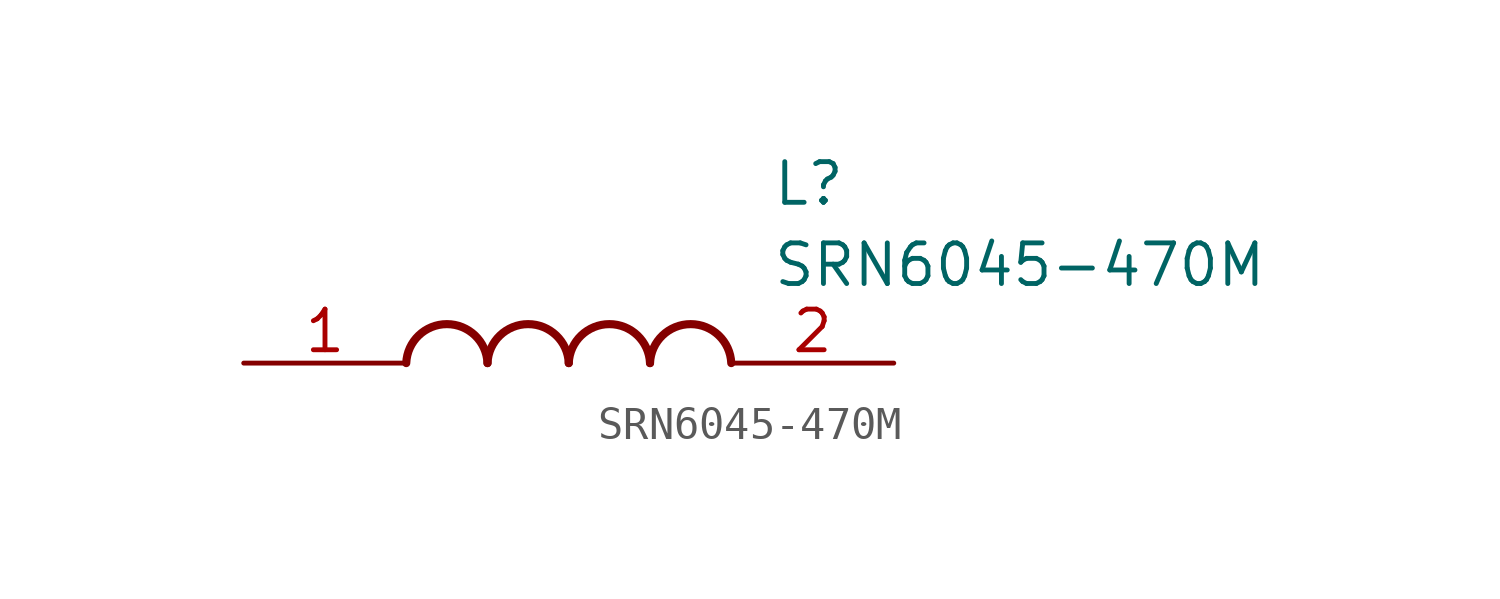
<source format=kicad_sym>
(kicad_symbol_lib
  (version 20211014)
  (generator kicad_symbol_editor)
  (symbol "SRN6045-470M"
    (pin_names hide)
    (property "Reference" "L"
      (at 16.51 6.35 0)
      (effects (font (size 1.27 1.27)) (justify left top)))
    (property "Value" "SRN6045-470M"
      (at 16.51 3.81 0)
      (effects (font (size 1.27 1.27)) (justify left top)))
    (arc
      (start 7.62 0)
      (mid 6.35 1.219)
      (end 5.08 0)
      (stroke (width 0.254) (type default))
      (fill (type none)))
    (arc
      (start 10.16 0)
      (mid 8.89 1.219)
      (end 7.62 0)
      (stroke (width 0.254) (type default))
      (fill (type none)))
    (arc
      (start 12.7 0)
      (mid 11.43 1.219)
      (end 10.16 0)
      (stroke (width 0.254) (type default))
      (fill (type none)))
    (arc
      (start 15.24 0)
      (mid 13.97 1.219)
      (end 12.7 0)
      (stroke (width 0.254) (type default))
      (fill (type none)))
    (pin passive line
      (at 0 0 0)
      (length 5.08)
      (name "1" (effects (font (size 1.27 1.27))))
      (number "1" (effects (font (size 1.27 1.27)))))
    (pin passive line
      (at 20.32 0 180)
      (length 5.08)
      (name "2" (effects (font (size 1.27 1.27))))
      (number "2" (effects (font (size 1.27 1.27)))))))
</source>
